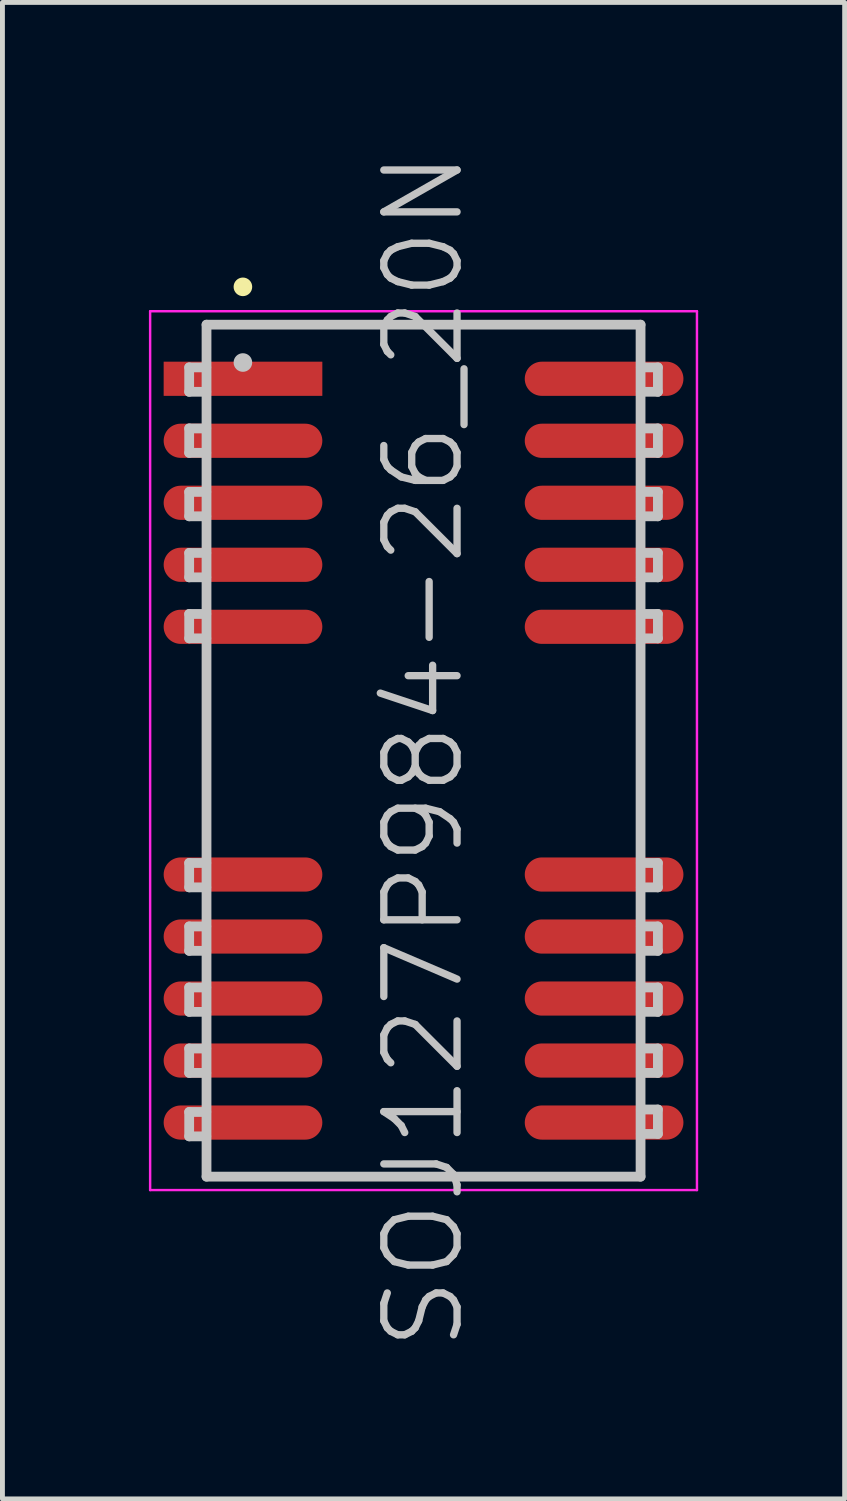
<source format=kicad_pcb>
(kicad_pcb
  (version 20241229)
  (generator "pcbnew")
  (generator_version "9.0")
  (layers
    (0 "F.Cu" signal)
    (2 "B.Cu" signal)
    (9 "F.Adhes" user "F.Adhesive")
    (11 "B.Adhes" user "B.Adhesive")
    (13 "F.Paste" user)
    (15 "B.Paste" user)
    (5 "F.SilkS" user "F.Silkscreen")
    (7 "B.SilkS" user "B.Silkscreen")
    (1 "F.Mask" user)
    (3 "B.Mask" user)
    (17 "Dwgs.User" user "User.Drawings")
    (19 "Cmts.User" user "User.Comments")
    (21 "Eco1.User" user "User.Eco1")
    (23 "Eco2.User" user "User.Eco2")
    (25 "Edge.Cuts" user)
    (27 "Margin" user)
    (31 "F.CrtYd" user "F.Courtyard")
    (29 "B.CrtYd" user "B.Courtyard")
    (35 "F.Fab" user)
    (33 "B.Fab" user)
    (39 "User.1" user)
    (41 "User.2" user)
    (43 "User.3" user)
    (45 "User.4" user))
  (footprint "SOJ127P984-26_20N"
    (layer "F.Cu")
    (at 5.625 12.325)
    (property "Reference" "SOJ127P984-26_20N" (at 0 0 90) (layer "Dwgs.User") (effects (font (size 1.5 1.5) (thickness 0.15))))
    (attr smd)
    (fp_line (start -3.7 -9.5) (end -3.7 -9.5) (stroke (width 0.381) (type solid)) (layer "F.SilkS"))
    (fp_line (start -4.8 -7.85) (end -4.8 -7.35) (stroke (width 0.2) (type solid)) (layer "Dwgs.User"))
    (fp_line (start -4.8 -7.35) (end -4.45 -7.35) (stroke (width 0.2) (type solid)) (layer "Dwgs.User"))
    (fp_line (start -4.8 -6.6) (end -4.8 -6.1) (stroke (width 0.2) (type solid)) (layer "Dwgs.User"))
    (fp_line (start -4.8 -6.1) (end -4.45 -6.1) (stroke (width 0.2) (type solid)) (layer "Dwgs.User"))
    (fp_line (start -4.8 -5.3) (end -4.8 -4.8) (stroke (width 0.2) (type solid)) (layer "Dwgs.User"))
    (fp_line (start -4.8 -4.8) (end -4.45 -4.8) (stroke (width 0.2) (type solid)) (layer "Dwgs.User"))
    (fp_line (start -4.8 -4.05) (end -4.8 -3.55) (stroke (width 0.2) (type solid)) (layer "Dwgs.User"))
    (fp_line (start -4.8 -3.55) (end -4.45 -3.55) (stroke (width 0.2) (type solid)) (layer "Dwgs.User"))
    (fp_line (start -4.8 -2.8) (end -4.8 -2.3) (stroke (width 0.2) (type solid)) (layer "Dwgs.User"))
    (fp_line (start -4.8 -2.3) (end -4.45 -2.3) (stroke (width 0.2) (type solid)) (layer "Dwgs.User"))
    (fp_line (start -4.8 2.3) (end -4.8 2.8) (stroke (width 0.2) (type solid)) (layer "Dwgs.User"))
    (fp_line (start -4.8 2.8) (end -4.45 2.8) (stroke (width 0.2) (type solid)) (layer "Dwgs.User"))
    (fp_line (start -4.8 3.6) (end -4.8 4.1) (stroke (width 0.2) (type solid)) (layer "Dwgs.User"))
    (fp_line (start -4.8 4.1) (end -4.45 4.1) (stroke (width 0.2) (type solid)) (layer "Dwgs.User"))
    (fp_line (start -4.8 4.85) (end -4.8 5.35) (stroke (width 0.2) (type solid)) (layer "Dwgs.User"))
    (fp_line (start -4.8 5.35) (end -4.45 5.35) (stroke (width 0.2) (type solid)) (layer "Dwgs.User"))
    (fp_line (start -4.8 6.1) (end -4.8 6.6) (stroke (width 0.2) (type solid)) (layer "Dwgs.User"))
    (fp_line (start -4.8 6.6) (end -4.45 6.6) (stroke (width 0.2) (type solid)) (layer "Dwgs.User"))
    (fp_line (start -4.8 7.4) (end -4.8 7.9) (stroke (width 0.2) (type solid)) (layer "Dwgs.User"))
    (fp_line (start -4.8 7.9) (end -4.45 7.9) (stroke (width 0.2) (type solid)) (layer "Dwgs.User"))
    (fp_line (start -4.45 -7.85) (end -4.8 -7.85) (stroke (width 0.2) (type solid)) (layer "Dwgs.User"))
    (fp_line (start -4.45 -6.6) (end -4.8 -6.6) (stroke (width 0.2) (type solid)) (layer "Dwgs.User"))
    (fp_line (start -4.45 -5.3) (end -4.8 -5.3) (stroke (width 0.2) (type solid)) (layer "Dwgs.User"))
    (fp_line (start -4.45 -4.05) (end -4.8 -4.05) (stroke (width 0.2) (type solid)) (layer "Dwgs.User"))
    (fp_line (start -4.45 -2.8) (end -4.8 -2.8) (stroke (width 0.2) (type solid)) (layer "Dwgs.User"))
    (fp_line (start -4.45 2.3) (end -4.8 2.3) (stroke (width 0.2) (type solid)) (layer "Dwgs.User"))
    (fp_line (start -4.45 3.6) (end -4.8 3.6) (stroke (width 0.2) (type solid)) (layer "Dwgs.User"))
    (fp_line (start -4.45 4.85) (end -4.8 4.85) (stroke (width 0.2) (type solid)) (layer "Dwgs.User"))
    (fp_line (start -4.45 6.1) (end -4.8 6.1) (stroke (width 0.2) (type solid)) (layer "Dwgs.User"))
    (fp_line (start -4.45 7.4) (end -4.8 7.4) (stroke (width 0.2) (type solid)) (layer "Dwgs.User"))
    (fp_line (start -4.445 -8.725) (end -4.445 8.725) (stroke (width 0.2) (type solid)) (layer "Dwgs.User"))
    (fp_line (start -4.445 -8.725) (end 4.445 -8.725) (stroke (width 0.2) (type solid)) (layer "Dwgs.User"))
    (fp_line (start -4.445 8.725) (end 4.445 8.725) (stroke (width 0.2) (type solid)) (layer "Dwgs.User"))
    (fp_line (start -3.7 -7.95) (end -3.7 -7.95) (stroke (width 0.381) (type solid)) (layer "Dwgs.User"))
    (fp_line (start 4.445 -8.725) (end 4.445 8.725) (stroke (width 0.2) (type solid)) (layer "Dwgs.User"))
    (fp_line (start 4.45 -7.85) (end 4.8 -7.85) (stroke (width 0.2) (type solid)) (layer "Dwgs.User"))
    (fp_line (start 4.45 -6.6) (end 4.8 -6.6) (stroke (width 0.2) (type solid)) (layer "Dwgs.User"))
    (fp_line (start 4.45 -5.3) (end 4.8 -5.3) (stroke (width 0.2) (type solid)) (layer "Dwgs.User"))
    (fp_line (start 4.45 -4.05) (end 4.8 -4.05) (stroke (width 0.2) (type solid)) (layer "Dwgs.User"))
    (fp_line (start 4.45 -2.8) (end 4.8 -2.8) (stroke (width 0.2) (type solid)) (layer "Dwgs.User"))
    (fp_line (start 4.45 2.3) (end 4.8 2.3) (stroke (width 0.2) (type solid)) (layer "Dwgs.User"))
    (fp_line (start 4.45 3.6) (end 4.8 3.6) (stroke (width 0.2) (type solid)) (layer "Dwgs.User"))
    (fp_line (start 4.45 4.85) (end 4.8 4.85) (stroke (width 0.2) (type solid)) (layer "Dwgs.User"))
    (fp_line (start 4.45 6.1) (end 4.8 6.1) (stroke (width 0.2) (type solid)) (layer "Dwgs.User"))
    (fp_line (start 4.45 7.35) (end 4.8 7.35) (stroke (width 0.2) (type solid)) (layer "Dwgs.User"))
    (fp_line (start 4.8 -7.85) (end 4.8 -7.35) (stroke (width 0.2) (type solid)) (layer "Dwgs.User"))
    (fp_line (start 4.8 -7.35) (end 4.45 -7.35) (stroke (width 0.2) (type solid)) (layer "Dwgs.User"))
    (fp_line (start 4.8 -6.6) (end 4.8 -6.1) (stroke (width 0.2) (type solid)) (layer "Dwgs.User"))
    (fp_line (start 4.8 -6.1) (end 4.45 -6.1) (stroke (width 0.2) (type solid)) (layer "Dwgs.User"))
    (fp_line (start 4.8 -5.3) (end 4.8 -4.8) (stroke (width 0.2) (type solid)) (layer "Dwgs.User"))
    (fp_line (start 4.8 -4.8) (end 4.45 -4.8) (stroke (width 0.2) (type solid)) (layer "Dwgs.User"))
    (fp_line (start 4.8 -4.05) (end 4.8 -3.55) (stroke (width 0.2) (type solid)) (layer "Dwgs.User"))
    (fp_line (start 4.8 -3.55) (end 4.45 -3.55) (stroke (width 0.2) (type solid)) (layer "Dwgs.User"))
    (fp_line (start 4.8 -2.8) (end 4.8 -2.3) (stroke (width 0.2) (type solid)) (layer "Dwgs.User"))
    (fp_line (start 4.8 -2.3) (end 4.45 -2.3) (stroke (width 0.2) (type solid)) (layer "Dwgs.User"))
    (fp_line (start 4.8 2.3) (end 4.8 2.8) (stroke (width 0.2) (type solid)) (layer "Dwgs.User"))
    (fp_line (start 4.8 2.8) (end 4.45 2.8) (stroke (width 0.2) (type solid)) (layer "Dwgs.User"))
    (fp_line (start 4.8 3.6) (end 4.8 4.1) (stroke (width 0.2) (type solid)) (layer "Dwgs.User"))
    (fp_line (start 4.8 4.1) (end 4.45 4.1) (stroke (width 0.2) (type solid)) (layer "Dwgs.User"))
    (fp_line (start 4.8 4.85) (end 4.8 5.35) (stroke (width 0.2) (type solid)) (layer "Dwgs.User"))
    (fp_line (start 4.8 5.35) (end 4.45 5.35) (stroke (width 0.2) (type solid)) (layer "Dwgs.User"))
    (fp_line (start 4.8 6.1) (end 4.8 6.6) (stroke (width 0.2) (type solid)) (layer "Dwgs.User"))
    (fp_line (start 4.8 6.6) (end 4.45 6.6) (stroke (width 0.2) (type solid)) (layer "Dwgs.User"))
    (fp_line (start 4.8 7.35) (end 4.8 7.85) (stroke (width 0.2) (type solid)) (layer "Dwgs.User"))
    (fp_line (start 4.8 7.85) (end 4.45 7.85) (stroke (width 0.2) (type solid)) (layer "Dwgs.User"))
    (fp_line (start -5.6 -9) (end -5.6 9) (stroke (width 0.05) (type solid)) (layer "F.CrtYd"))
    (fp_line (start -5.6 -9) (end 5.6 -9) (stroke (width 0.05) (type solid)) (layer "F.CrtYd"))
    (fp_line (start -5.6 9) (end 5.6 9) (stroke (width 0.05) (type solid)) (layer "F.CrtYd"))
    (fp_line (start 5.6 -9) (end 5.6 9) (stroke (width 0.05) (type solid)) (layer "F.CrtYd"))
    (pad "1" smd rect (at -3.698 -7.617 90) (size 0.7 3.25) (layers "F.Cu" "F.Mask" "F.Paste"))
    (pad "2" smd oval (at -3.698 -6.347 90) (size 0.7 3.25) (layers "F.Cu" "F.Mask" "F.Paste"))
    (pad "3" smd oval (at -3.698 -5.077 90) (size 0.7 3.25) (layers "F.Cu" "F.Mask" "F.Paste"))
    (pad "4" smd oval (at -3.698 -3.807 90) (size 0.7 3.25) (layers "F.Cu" "F.Mask" "F.Paste"))
    (pad "5" smd oval (at -3.698 -2.537 90) (size 0.7 3.25) (layers "F.Cu" "F.Mask" "F.Paste"))
    (pad "9" smd oval (at -3.698 2.537 90) (size 0.7 3.25) (layers "F.Cu" "F.Mask" "F.Paste"))
    (pad "10" smd oval (at -3.698 3.807 90) (size 0.7 3.25) (layers "F.Cu" "F.Mask" "F.Paste"))
    (pad "11" smd oval (at -3.698 5.077 90) (size 0.7 3.25) (layers "F.Cu" "F.Mask" "F.Paste"))
    (pad "12" smd oval (at -3.698 6.347 90) (size 0.7 3.25) (layers "F.Cu" "F.Mask" "F.Paste"))
    (pad "13" smd oval (at -3.698 7.617 90) (size 0.7 3.25) (layers "F.Cu" "F.Mask" "F.Paste"))
    (pad "14" smd oval (at 3.698 7.617 270) (size 0.7 3.25) (layers "F.Cu" "F.Mask" "F.Paste"))
    (pad "15" smd oval (at 3.698 6.347 270) (size 0.7 3.25) (layers "F.Cu" "F.Mask" "F.Paste"))
    (pad "16" smd oval (at 3.698 5.077 270) (size 0.7 3.25) (layers "F.Cu" "F.Mask" "F.Paste"))
    (pad "17" smd oval (at 3.698 3.807 270) (size 0.7 3.25) (layers "F.Cu" "F.Mask" "F.Paste"))
    (pad "18" smd oval (at 3.698 2.537 270) (size 0.7 3.25) (layers "F.Cu" "F.Mask" "F.Paste"))
    (pad "22" smd oval (at 3.698 -2.537 270) (size 0.7 3.25) (layers "F.Cu" "F.Mask" "F.Paste"))
    (pad "23" smd oval (at 3.698 -3.807 270) (size 0.7 3.25) (layers "F.Cu" "F.Mask" "F.Paste"))
    (pad "24" smd oval (at 3.698 -5.077 270) (size 0.7 3.25) (layers "F.Cu" "F.Mask" "F.Paste"))
    (pad "25" smd oval (at 3.698 -6.347 270) (size 0.7 3.25) (layers "F.Cu" "F.Mask" "F.Paste"))
    (pad "26" smd oval (at 3.698 -7.617 270) (size 0.7 3.25) (layers "F.Cu" "F.Mask" "F.Paste")))
  (gr_rect
    (start -3 -3)
    (end 14.25 27.65)
    (stroke (width 0.1) (type default))
    (fill no)
    (layer "Edge.Cuts")))
</source>
